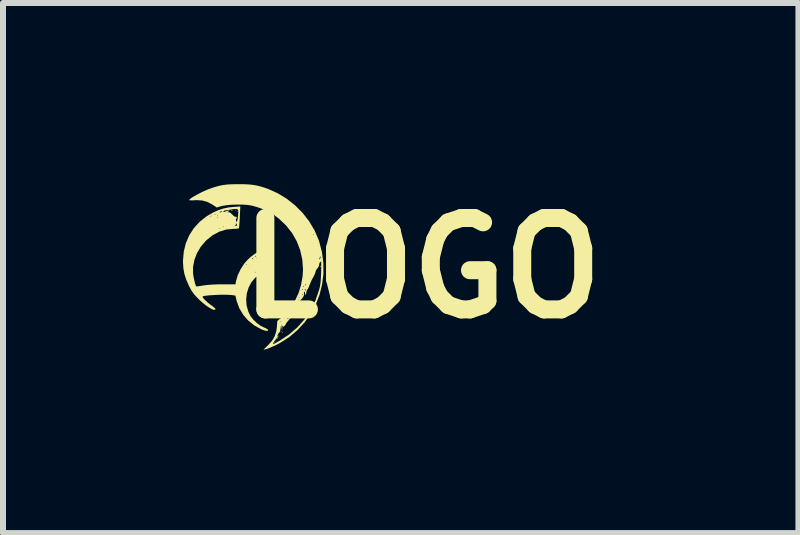
<source format=kicad_pcb>
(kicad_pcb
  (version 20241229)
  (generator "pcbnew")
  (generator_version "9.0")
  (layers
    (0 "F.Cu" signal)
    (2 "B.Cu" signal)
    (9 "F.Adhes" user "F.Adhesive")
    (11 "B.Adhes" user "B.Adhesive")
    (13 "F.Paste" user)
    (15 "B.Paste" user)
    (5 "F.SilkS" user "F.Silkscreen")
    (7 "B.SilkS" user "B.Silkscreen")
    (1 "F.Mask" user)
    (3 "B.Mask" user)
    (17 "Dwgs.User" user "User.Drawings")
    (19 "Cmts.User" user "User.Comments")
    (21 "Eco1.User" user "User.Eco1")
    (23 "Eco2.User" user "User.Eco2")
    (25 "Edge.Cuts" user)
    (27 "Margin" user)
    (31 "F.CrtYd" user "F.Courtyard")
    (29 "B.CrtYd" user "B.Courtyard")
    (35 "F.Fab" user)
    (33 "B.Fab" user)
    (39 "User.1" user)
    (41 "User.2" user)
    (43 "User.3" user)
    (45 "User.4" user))
  (footprint "LOGO"
    (layer "F.Cu")
    (at 3.986 1.418)
    (property "Reference" "LOGO" (at 0 0 0) (layer "F.SilkS") (effects (font (size 1.524 1.524) (thickness 0.3))))
    (attr board_only exclude_from_pos_files exclude_from_bom)
    (fp_poly (pts (xy -3.07 -0.943) (xy -3.076 -0.937) (xy -3.083 -0.943) (xy -3.076 -0.949)) (stroke (width 0) (type solid)) (fill yes) (layer "F.SilkS"))
    (fp_poly (pts (xy -2.454 1.239) (xy -2.46 1.245) (xy -2.466 1.239) (xy -2.46 1.233)) (stroke (width 0) (type solid)) (fill yes) (layer "F.SilkS"))
    (fp_poly (pts (xy -2.429 1.215) (xy -2.435 1.221) (xy -2.441 1.215) (xy -2.435 1.208)) (stroke (width 0) (type solid)) (fill yes) (layer "F.SilkS"))
    (fp_poly (pts (xy -2.404 1.178) (xy -2.411 1.184) (xy -2.417 1.178) (xy -2.411 1.171)) (stroke (width 0) (type solid)) (fill yes) (layer "F.SilkS"))
    (fp_poly (pts (xy -2.38 1.165) (xy -2.386 1.171) (xy -2.392 1.165) (xy -2.386 1.159)) (stroke (width 0) (type solid)) (fill yes) (layer "F.SilkS"))
    (fp_poly (pts (xy -3.16 -0.957) (xy -3.164 -0.951) (xy -3.176 -0.95) (xy -3.189 -0.953) (xy -3.183 -0.958) (xy -3.164 -0.959)) (stroke (width 0) (type solid)) (fill yes) (layer "F.SilkS"))
    (fp_poly (pts (xy -3.099 -0.97) (xy -3.101 -0.963) (xy -3.107 -0.962) (xy -3.117 -0.966) (xy -3.115 -0.97) (xy -3.101 -0.971)) (stroke (width 0) (type solid)) (fill yes) (layer "F.SilkS"))
    (fp_poly (pts (xy -2.347 1.052) (xy -2.345 1.067) (xy -2.347 1.069) (xy -2.354 1.067) (xy -2.355 1.06) (xy -2.351 1.05)) (stroke (width 0) (type solid)) (fill yes) (layer "F.SilkS"))
    (fp_poly (pts (xy -2.322 1.064) (xy -2.321 1.079) (xy -2.322 1.081) (xy -2.329 1.079) (xy -2.33 1.073) (xy -2.326 1.063)) (stroke (width 0) (type solid)) (fill yes) (layer "F.SilkS"))
    (fp_poly (pts (xy -1.693 -0.033) (xy -1.692 -0.018) (xy -1.693 -0.016) (xy -1.701 -0.018) (xy -1.702 -0.025) (xy -1.697 -0.035)) (stroke (width 0) (type solid)) (fill yes) (layer "F.SilkS"))
    (fp_poly (pts (xy -3.039 -0.85) (xy -3.042 -0.786) (xy -3.046 -0.731) (xy -3.05 -0.689) (xy -3.053 -0.666) (xy -3.053 -0.663) (xy -3.068 -0.658) (xy -3.1 -0.655) (xy -3.142 -0.653) (xy -3.266 -0.642) (xy -3.382 -0.606) (xy -3.492 -0.547) (xy -3.594 -0.465) (xy -3.609 -0.45) (xy -3.69 -0.354) (xy -3.753 -0.248) (xy -3.796 -0.134) (xy -3.818 -0.019) (xy -3.818 0.091) (xy -3.811 0.137) (xy -3.801 0.187) (xy -3.79 0.235) (xy -3.779 0.275) (xy -3.768 0.301) (xy -3.762 0.308) (xy -3.747 0.306) (xy -3.714 0.301) (xy -3.668 0.294) (xy -3.644 0.29) (xy -3.58 0.282) (xy -3.498 0.276) (xy -3.404 0.272) (xy -3.322 0.271) (xy -3.112 0.271) (xy -3.098 0.204) (xy -3.07 0.112) (xy -3.048 0.068) (xy -2.787 0.068) (xy -2.78 0.074) (xy -2.774 0.068) (xy -2.737 0.068) (xy -2.731 0.074) (xy -2.725 0.068) (xy -2.731 0.062) (xy -2.737 0.068) (xy -2.774 0.068) (xy -2.78 0.062) (xy -2.787 0.068) (xy -3.048 0.068) (xy -3.024 0.018) (xy -3.024 0.017) (xy -2.699 0.017) (xy -2.697 0.033) (xy -2.693 0.034) (xy -2.69 0.017) (xy -2.692 0.01) (xy -2.697 0.005) (xy -2.699 0.017) (xy -3.024 0.017) (xy -2.977 -0.055) (xy -2.935 -0.055) (xy -2.928 -0.049) (xy -2.7 -0.049) (xy -2.696 -0.039) (xy -2.692 -0.041) (xy -2.691 -0.056) (xy -2.692 -0.058) (xy -2.699 -0.056) (xy -2.7 -0.049) (xy -2.928 -0.049) (xy -2.922 -0.055) (xy -2.928 -0.062) (xy -2.935 -0.055) (xy -2.977 -0.055) (xy -2.966 -0.072) (xy -2.95 -0.092) (xy -2.907 -0.139) (xy -2.897 -0.149) (xy -2.833 -0.149) (xy -2.831 -0.148) (xy -2.737 -0.148) (xy -2.733 -0.136) (xy -2.732 -0.136) (xy -2.721 -0.144) (xy -2.719 -0.148) (xy -2.72 -0.159) (xy -2.724 -0.16) (xy -2.737 -0.151) (xy -2.737 -0.148) (xy -2.831 -0.148) (xy -2.82 -0.157) (xy -2.817 -0.16) (xy -2.814 -0.172) (xy -2.816 -0.173) (xy -2.762 -0.173) (xy -2.758 -0.161) (xy -2.757 -0.16) (xy -2.746 -0.169) (xy -2.743 -0.173) (xy -2.744 -0.184) (xy -2.749 -0.185) (xy -2.761 -0.176) (xy -2.762 -0.173) (xy -2.816 -0.173) (xy -2.827 -0.164) (xy -2.83 -0.16) (xy -2.833 -0.149) (xy -2.897 -0.149) (xy -2.856 -0.186) (xy -2.856 -0.186) (xy -2.784 -0.186) (xy -2.782 -0.185) (xy -2.775 -0.19) (xy -2.717 -0.19) (xy -2.711 -0.185) (xy -2.702 -0.195) (xy -2.7 -0.21) (xy -2.702 -0.23) (xy -2.705 -0.234) (xy -2.711 -0.224) (xy -2.716 -0.21) (xy -2.717 -0.19) (xy -2.775 -0.19) (xy -2.771 -0.194) (xy -2.768 -0.197) (xy -2.765 -0.209) (xy -2.767 -0.21) (xy -2.778 -0.201) (xy -2.78 -0.197) (xy -2.784 -0.186) (xy -2.856 -0.186) (xy -2.809 -0.222) (xy -2.743 -0.222) (xy -2.742 -0.211) (xy -2.738 -0.21) (xy -2.725 -0.219) (xy -2.725 -0.222) (xy -2.729 -0.234) (xy -2.73 -0.234) (xy -2.741 -0.226) (xy -2.743 -0.222) (xy -2.809 -0.222) (xy -2.803 -0.227) (xy -2.753 -0.259) (xy -2.713 -0.277) (xy -2.711 -0.277) (xy -2.69 -0.28) (xy -2.679 -0.271) (xy -2.673 -0.244) (xy -2.672 -0.238) (xy -2.668 -0.206) (xy -2.663 -0.157) (xy -2.659 -0.098) (xy -2.656 -0.061) (xy -2.648 0.07) (xy -2.703 0.102) (xy -2.782 0.162) (xy -2.846 0.238) (xy -2.893 0.327) (xy -2.922 0.423) (xy -2.933 0.524) (xy -2.925 0.627) (xy -2.897 0.726) (xy -2.859 0.803) (xy -2.813 0.861) (xy -2.754 0.917) (xy -2.688 0.965) (xy -2.625 0.995) (xy -2.589 1.012) (xy -2.569 1.028) (xy -2.566 1.041) (xy -2.583 1.047) (xy -2.592 1.048) (xy -2.619 1.042) (xy -2.658 1.03) (xy -2.682 1.02) (xy -2.798 0.956) (xy -2.899 0.875) (xy -2.983 0.778) (xy -3.048 0.668) (xy -3.092 0.547) (xy -3.096 0.528) (xy -3.112 0.459) (xy -3.167 0.451) (xy -3.215 0.447) (xy -3.275 0.445) (xy -3.343 0.445) (xy -3.415 0.447) (xy -3.486 0.451) (xy -3.551 0.455) (xy -3.604 0.461) (xy -3.643 0.468) (xy -3.66 0.475) (xy -3.657 0.488) (xy -3.639 0.512) (xy -3.608 0.543) (xy -3.57 0.578) (xy -3.542 0.6) (xy -3.495 0.635) (xy -3.466 0.658) (xy -3.45 0.673) (xy -3.444 0.682) (xy -3.446 0.689) (xy -3.45 0.693) (xy -3.47 0.697) (xy -3.504 0.685) (xy -3.548 0.66) (xy -3.6 0.625) (xy -3.655 0.582) (xy -3.71 0.533) (xy -3.724 0.518) (xy -3.776 0.465) (xy -3.814 0.419) (xy -3.845 0.374) (xy -3.875 0.32) (xy -3.887 0.296) (xy -3.932 0.193) (xy -3.962 0.1) (xy -3.979 0.006) (xy -3.986 -0.097) (xy -3.986 -0.123) (xy -3.973 -0.273) (xy -3.938 -0.414) (xy -3.882 -0.546) (xy -3.808 -0.66) (xy -3.378 -0.66) (xy -3.372 -0.653) (xy -3.366 -0.66) (xy -3.372 -0.666) (xy -3.378 -0.66) (xy -3.808 -0.66) (xy -3.804 -0.665) (xy -3.776 -0.697) (xy -3.317 -0.697) (xy -3.311 -0.69) (xy -3.304 -0.697) (xy -3.311 -0.703) (xy -3.317 -0.697) (xy -3.776 -0.697) (xy -3.767 -0.707) (xy -3.127 -0.707) (xy -3.113 -0.704) (xy -3.11 -0.704) (xy -3.089 -0.707) (xy -3.083 -0.712) (xy -3.089 -0.729) (xy -3.096 -0.74) (xy -3.106 -0.751) (xy -3.104 -0.741) (xy -3.103 -0.737) (xy -3.106 -0.717) (xy -3.117 -0.711) (xy -3.127 -0.707) (xy -3.767 -0.707) (xy -3.708 -0.771) (xy -3.615 -0.845) (xy -3.415 -0.845) (xy -3.409 -0.838) (xy -3.403 -0.845) (xy -3.409 -0.851) (xy -3.415 -0.845) (xy -3.615 -0.845) (xy -3.6 -0.857) (xy -3.539 -0.857) (xy -3.533 -0.851) (xy -3.526 -0.857) (xy -3.533 -0.863) (xy -3.539 -0.857) (xy -3.6 -0.857) (xy -3.592 -0.863) (xy -3.581 -0.869) (xy -3.514 -0.869) (xy -3.508 -0.863) (xy -3.502 -0.869) (xy -3.508 -0.875) (xy -3.514 -0.869) (xy -3.581 -0.869) (xy -3.56 -0.882) (xy -3.415 -0.882) (xy -3.409 -0.875) (xy -3.403 -0.882) (xy -3.409 -0.888) (xy -3.415 -0.882) (xy -3.56 -0.882) (xy -3.535 -0.896) (xy -3.461 -0.896) (xy -3.459 -0.889) (xy -3.452 -0.888) (xy -3.442 -0.892) (xy -3.444 -0.896) (xy -3.459 -0.897) (xy -3.461 -0.896) (xy -3.535 -0.896) (xy -3.483 -0.926) (xy -3.48 -0.927) (xy -3.376 -0.927) (xy -3.372 -0.925) (xy -3.352 -0.931) (xy -3.341 -0.937) (xy -3.336 -0.942) (xy -3.313 -0.942) (xy -3.306 -0.935) (xy -3.282 -0.941) (xy -3.272 -0.945) (xy -3.238 -0.957) (xy -3.217 -0.961) (xy -3.213 -0.956) (xy -3.228 -0.944) (xy -3.23 -0.942) (xy -3.25 -0.93) (xy -3.248 -0.928) (xy -3.234 -0.931) (xy -3.212 -0.93) (xy -3.187 -0.914) (xy -3.167 -0.894) (xy -3.141 -0.869) (xy -3.119 -0.856) (xy -3.112 -0.856) (xy -3.095 -0.852) (xy -3.09 -0.845) (xy -3.092 -0.827) (xy -3.097 -0.823) (xy -3.105 -0.809) (xy -3.101 -0.789) (xy -3.093 -0.769) (xy -3.088 -0.771) (xy -3.083 -0.783) (xy -3.077 -0.808) (xy -3.071 -0.848) (xy -3.066 -0.891) (xy -3.063 -0.938) (xy -3.067 -0.967) (xy -3.081 -0.982) (xy -3.11 -0.986) (xy -3.158 -0.98) (xy -3.186 -0.976) (xy -3.232 -0.968) (xy -3.27 -0.962) (xy -3.293 -0.959) (xy -3.293 -0.959) (xy -3.31 -0.949) (xy -3.313 -0.942) (xy -3.336 -0.942) (xy -3.332 -0.947) (xy -3.335 -0.949) (xy -3.356 -0.943) (xy -3.366 -0.937) (xy -3.376 -0.927) (xy -3.48 -0.927) (xy -3.394 -0.966) (xy -3.31 -0.993) (xy -3.223 -1.011) (xy -3.139 -1.019) (xy -3.03 -1.027)) (stroke (width 0) (type solid)) (fill yes) (layer "F.SilkS"))
    (fp_poly (pts (xy -2.953 -1.397) (xy -2.866 -1.392) (xy -2.789 -1.382) (xy -2.716 -1.366) (xy -2.639 -1.344) (xy -2.568 -1.319) (xy -2.407 -1.247) (xy -2.256 -1.155) (xy -2.116 -1.044) (xy -1.991 -0.918) (xy -1.883 -0.779) (xy -1.793 -0.628) (xy -1.725 -0.469) (xy -1.716 -0.444) (xy -1.669 -0.263) (xy -1.646 -0.083) (xy -1.645 0.097) (xy -1.667 0.272) (xy -1.709 0.443) (xy -1.772 0.606) (xy -1.855 0.76) (xy -1.956 0.902) (xy -2.075 1.032) (xy -2.211 1.148) (xy -2.364 1.246) (xy -2.433 1.283) (xy -2.489 1.308) (xy -2.54 1.33) (xy -2.581 1.346) (xy -2.602 1.352) (xy -2.645 1.36) (xy -2.568 1.287) (xy -2.548 1.264) (xy -2.486 1.264) (xy -2.485 1.27) (xy -2.471 1.264) (xy -2.442 1.249) (xy -2.401 1.226) (xy -2.376 1.212) (xy -2.219 1.109) (xy -2.079 0.989) (xy -1.959 0.853) (xy -1.858 0.702) (xy -1.776 0.536) (xy -1.715 0.357) (xy -1.712 0.345) (xy -1.701 0.297) (xy -1.693 0.242) (xy -1.688 0.175) (xy -1.684 0.092) (xy -1.683 0.049) (xy -1.682 -0.015) (xy -1.682 -0.068) (xy -1.682 -0.104) (xy -1.683 -0.122) (xy -1.685 -0.12) (xy -1.693 -0.098) (xy -1.702 -0.093) (xy -1.71 -0.088) (xy -1.714 -0.065) (xy -1.714 -0.063) (xy -1.725 -0.021) (xy -1.745 0.005) (xy -1.766 0.032) (xy -1.775 0.056) (xy -1.776 0.058) (xy -1.781 0.081) (xy -1.796 0.116) (xy -1.812 0.148) (xy -1.834 0.187) (xy -1.848 0.216) (xy -1.86 0.244) (xy -1.875 0.28) (xy -1.885 0.305) (xy -1.898 0.336) (xy -1.91 0.355) (xy -1.913 0.358) (xy -1.92 0.368) (xy -1.928 0.396) (xy -1.93 0.41) (xy -1.937 0.44) (xy -1.942 0.448) (xy -1.948 0.438) (xy -1.953 0.414) (xy -1.952 0.404) (xy -1.956 0.395) (xy -1.961 0.395) (xy -1.97 0.404) (xy -1.969 0.421) (xy -1.97 0.459) (xy -1.994 0.5) (xy -2.025 0.533) (xy -2.051 0.562) (xy -2.057 0.588) (xy -2.056 0.597) (xy -2.054 0.621) (xy -2.058 0.631) (xy -2.074 0.647) (xy -2.093 0.675) (xy -2.111 0.706) (xy -2.12 0.731) (xy -2.121 0.735) (xy -2.122 0.75) (xy -2.13 0.744) (xy -2.137 0.735) (xy -2.151 0.72) (xy -2.163 0.726) (xy -2.169 0.733) (xy -2.179 0.747) (xy -2.171 0.747) (xy -2.166 0.745) (xy -2.151 0.743) (xy -2.153 0.759) (xy -2.154 0.76) (xy -2.181 0.812) (xy -2.223 0.868) (xy -2.235 0.882) (xy -2.256 0.907) (xy -2.268 0.925) (xy -2.269 0.928) (xy -2.276 0.943) (xy -2.29 0.962) (xy -2.306 0.978) (xy -2.315 0.976) (xy -2.32 0.965) (xy -2.326 0.959) (xy -2.33 0.978) (xy -2.331 0.993) (xy -2.334 1.042) (xy -2.342 0.993) (xy -2.35 0.943) (xy -2.359 1.008) (xy -2.366 1.044) (xy -2.374 1.068) (xy -2.378 1.073) (xy -2.39 1.083) (xy -2.402 1.104) (xy -2.413 1.132) (xy -2.416 1.146) (xy -2.409 1.141) (xy -2.404 1.134) (xy -2.395 1.124) (xy -2.392 1.128) (xy -2.401 1.145) (xy -2.42 1.167) (xy -2.44 1.19) (xy -2.461 1.218) (xy -2.477 1.245) (xy -2.486 1.264) (xy -2.548 1.264) (xy -2.503 1.215) (xy -2.458 1.139) (xy -2.431 1.055) (xy -2.421 0.979) (xy -2.414 0.894) (xy -2.367 0.894) (xy -2.361 0.9) (xy -2.355 0.894) (xy -2.361 0.888) (xy -2.367 0.894) (xy -2.414 0.894) (xy -2.413 0.882) (xy -2.37 0.847) (xy -2.249 0.847) (xy -2.245 0.851) (xy -2.228 0.842) (xy -2.225 0.838) (xy -2.22 0.822) (xy -2.229 0.823) (xy -2.241 0.834) (xy -2.249 0.847) (xy -2.37 0.847) (xy -2.358 0.838) (xy -2.351 0.832) (xy -2.293 0.832) (xy -2.287 0.838) (xy -2.281 0.832) (xy -2.287 0.826) (xy -2.293 0.832) (xy -2.351 0.832) (xy -2.324 0.808) (xy -2.269 0.808) (xy -2.263 0.814) (xy -2.256 0.808) (xy -2.263 0.801) (xy -2.269 0.808) (xy -2.324 0.808) (xy -2.311 0.796) (xy -2.301 0.784) (xy -2.24 0.784) (xy -2.238 0.789) (xy -2.227 0.801) (xy -2.225 0.801) (xy -2.22 0.792) (xy -2.219 0.789) (xy -2.229 0.777) (xy -2.232 0.777) (xy -2.24 0.784) (xy -2.301 0.784) (xy -2.282 0.764) (xy -2.229 0.764) (xy -2.227 0.764) (xy -2.216 0.756) (xy -2.213 0.752) (xy -2.21 0.741) (xy -2.212 0.74) (xy -2.223 0.748) (xy -2.226 0.752) (xy -2.229 0.764) (xy -2.282 0.764) (xy -2.258 0.738) (xy -2.249 0.727) (xy -2.192 0.727) (xy -2.19 0.727) (xy -2.179 0.719) (xy -2.176 0.715) (xy -2.173 0.704) (xy -2.175 0.703) (xy -2.186 0.711) (xy -2.189 0.715) (xy -2.192 0.727) (xy -2.249 0.727) (xy -2.21 0.678) (xy -2.145 0.678) (xy -2.141 0.688) (xy -2.137 0.686) (xy -2.136 0.672) (xy -2.137 0.67) (xy -2.145 0.672) (xy -2.145 0.678) (xy -2.21 0.678) (xy -2.205 0.671) (xy -2.191 0.652) (xy -2.142 0.652) (xy -2.133 0.646) (xy -2.132 0.644) (xy -2.126 0.635) (xy -2.107 0.635) (xy -2.107 0.66) (xy -2.096 0.635) (xy -2.087 0.606) (xy -2.085 0.592) (xy -2.086 0.58) (xy -2.094 0.589) (xy -2.096 0.592) (xy -2.106 0.62) (xy -2.107 0.635) (xy -2.126 0.635) (xy -2.122 0.628) (xy -2.123 0.622) (xy -2.132 0.626) (xy -2.138 0.638) (xy -2.142 0.652) (xy -2.191 0.652) (xy -2.155 0.602) (xy -2.116 0.539) (xy -2.112 0.53) (xy -2.071 0.53) (xy -2.067 0.54) (xy -2.063 0.538) (xy -2.062 0.524) (xy -2.063 0.522) (xy -2.071 0.524) (xy -2.071 0.53) (xy -2.112 0.53) (xy -2.092 0.487) (xy -2.047 0.487) (xy -2.041 0.493) (xy -2.034 0.487) (xy -2.041 0.481) (xy -2.047 0.487) (xy -2.092 0.487) (xy -2.072 0.444) (xy -1.997 0.444) (xy -1.993 0.454) (xy -1.989 0.452) (xy -1.988 0.437) (xy -1.989 0.436) (xy -1.997 0.437) (xy -1.997 0.444) (xy -2.072 0.444) (xy -2.059 0.416) (xy -2.041 0.358) (xy -1.997 0.358) (xy -1.993 0.368) (xy -1.989 0.366) (xy -1.988 0.351) (xy -1.989 0.349) (xy -1.997 0.351) (xy -1.997 0.358) (xy -2.041 0.358) (xy -2.038 0.346) (xy -1.957 0.346) (xy -1.954 0.359) (xy -1.954 0.361) (xy -1.944 0.376) (xy -1.938 0.376) (xy -1.94 0.363) (xy -1.947 0.354) (xy -1.957 0.346) (xy -2.038 0.346) (xy -2.026 0.308) (xy -1.985 0.308) (xy -1.981 0.318) (xy -1.977 0.316) (xy -1.975 0.302) (xy -1.977 0.3) (xy -1.984 0.302) (xy -1.985 0.308) (xy -2.026 0.308) (xy -2.017 0.279) (xy -2.017 0.276) (xy -1.947 0.276) (xy -1.945 0.292) (xy -1.941 0.293) (xy -1.938 0.276) (xy -1.94 0.269) (xy -1.945 0.264) (xy -1.947 0.276) (xy -2.017 0.276) (xy -1.992 0.138) (xy -1.985 0.025) (xy -1.997 -0.14) (xy -1.999 -0.148) (xy -1.713 -0.148) (xy -1.709 -0.143) (xy -1.701 -0.154) (xy -1.694 -0.174) (xy -1.69 -0.191) (xy -1.695 -0.193) (xy -1.702 -0.185) (xy -1.712 -0.159) (xy -1.713 -0.148) (xy -1.999 -0.148) (xy -2.032 -0.297) (xy -2.089 -0.446) (xy -2.155 -0.561) (xy -1.813 -0.561) (xy -1.806 -0.555) (xy -1.8 -0.561) (xy -1.806 -0.567) (xy -1.813 -0.561) (xy -2.155 -0.561) (xy -2.168 -0.584) (xy -2.268 -0.71) (xy -2.388 -0.824) (xy -2.498 -0.905) (xy -2.561 -0.94) (xy -2.64 -0.976) (xy -2.726 -1.008) (xy -2.809 -1.033) (xy -2.85 -1.043) (xy -2.918 -1.053) (xy -3.001 -1.058) (xy -3.09 -1.058) (xy -3.18 -1.055) (xy -3.262 -1.047) (xy -3.33 -1.036) (xy -3.354 -1.03) (xy -3.422 -1.009) (xy -3.488 -1.053) (xy -3.574 -1.1) (xy -3.663 -1.126) (xy -3.76 -1.132) (xy -3.788 -1.13) (xy -3.833 -1.128) (xy -3.867 -1.129) (xy -3.883 -1.132) (xy -3.884 -1.133) (xy -3.873 -1.147) (xy -3.845 -1.169) (xy -3.802 -1.196) (xy -3.749 -1.225) (xy -3.691 -1.256) (xy -3.632 -1.284) (xy -3.576 -1.308) (xy -3.551 -1.318) (xy -3.465 -1.348) (xy -3.39 -1.369) (xy -3.317 -1.384) (xy -3.24 -1.393) (xy -3.153 -1.397) (xy -3.058 -1.398)) (stroke (width 0) (type solid)) (fill yes) (layer "F.SilkS")))
  (gr_rect
    (start -3 -3)
    (end 10.259 5.836)
    (stroke (width 0.1) (type default))
    (fill no)
    (layer "Edge.Cuts")))
</source>
